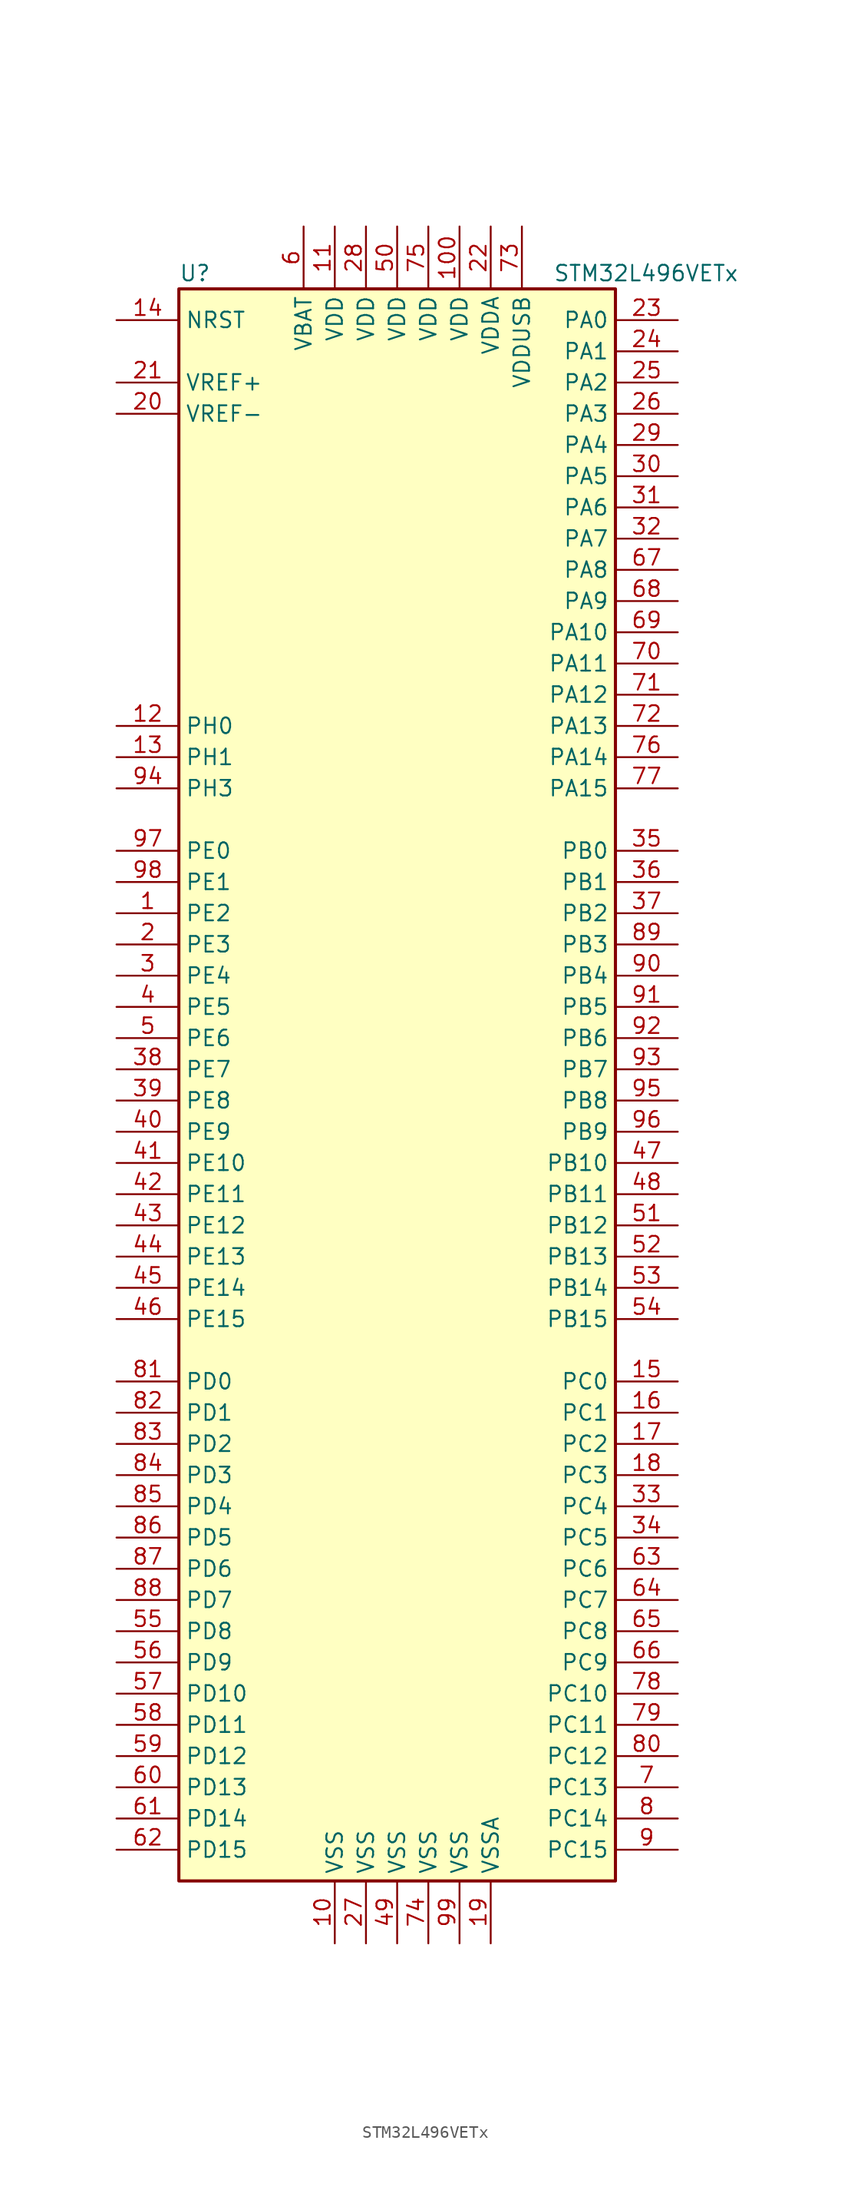
<source format=kicad_sym>
(kicad_symbol_lib
  (version 20220914)
  (generator kicad_symbol_editor)
  (symbol "STM32L496VETx"
    (property "Reference" "U"
      (at -17.78 64.77 0)
      (effects (font (size 1.27 1.27)) (justify left)))
    (property "Value" "STM32L496VETx"
      (at 12.7 64.77 0)
      (effects (font (size 1.27 1.27)) (justify left)))
    (symbol "STM32L496VETx_0_1"
      (rectangle (start -17.78 -66.04) (end 17.78 63.5) (stroke (width 0.254) (type default)) (fill (type background))))
    (symbol "STM32L496VETx_1_1"
      (pin bidirectional line (at -22.86 12.7 0) (length 5.08) (name "PE2" (effects (font (size 1.27 1.27)))) (number "1" (effects (font (size 1.27 1.27)))))
      (pin power_in line (at -5.08 -71.12 90) (length 5.08) (name "VSS" (effects (font (size 1.27 1.27)))) (number "10" (effects (font (size 1.27 1.27)))))
      (pin power_in line (at 5.08 68.58 270) (length 5.08) (name "VDD" (effects (font (size 1.27 1.27)))) (number "100" (effects (font (size 1.27 1.27)))))
      (pin power_in line (at -5.08 68.58 270) (length 5.08) (name "VDD" (effects (font (size 1.27 1.27)))) (number "11" (effects (font (size 1.27 1.27)))))
      (pin input line (at -22.86 27.94 0) (length 5.08) (name "PH0" (effects (font (size 1.27 1.27)))) (number "12" (effects (font (size 1.27 1.27)))))
      (pin input line (at -22.86 25.4 0) (length 5.08) (name "PH1" (effects (font (size 1.27 1.27)))) (number "13" (effects (font (size 1.27 1.27)))))
      (pin input line (at -22.86 60.96 0) (length 5.08) (name "NRST" (effects (font (size 1.27 1.27)))) (number "14" (effects (font (size 1.27 1.27)))))
      (pin bidirectional line (at 22.86 -25.4 180) (length 5.08) (name "PC0" (effects (font (size 1.27 1.27)))) (number "15" (effects (font (size 1.27 1.27)))))
      (pin bidirectional line (at 22.86 -27.94 180) (length 5.08) (name "PC1" (effects (font (size 1.27 1.27)))) (number "16" (effects (font (size 1.27 1.27)))))
      (pin bidirectional line (at 22.86 -30.48 180) (length 5.08) (name "PC2" (effects (font (size 1.27 1.27)))) (number "17" (effects (font (size 1.27 1.27)))))
      (pin bidirectional line (at 22.86 -33.02 180) (length 5.08) (name "PC3" (effects (font (size 1.27 1.27)))) (number "18" (effects (font (size 1.27 1.27)))))
      (pin power_in line (at 7.62 -71.12 90) (length 5.08) (name "VSSA" (effects (font (size 1.27 1.27)))) (number "19" (effects (font (size 1.27 1.27)))))
      (pin bidirectional line (at -22.86 10.16 0) (length 5.08) (name "PE3" (effects (font (size 1.27 1.27)))) (number "2" (effects (font (size 1.27 1.27)))))
      (pin power_in line (at -22.86 53.34 0) (length 5.08) (name "VREF-" (effects (font (size 1.27 1.27)))) (number "20" (effects (font (size 1.27 1.27)))))
      (pin bidirectional line (at -22.86 55.88 0) (length 5.08) (name "VREF+" (effects (font (size 1.27 1.27)))) (number "21" (effects (font (size 1.27 1.27)))))
      (pin power_in line (at 7.62 68.58 270) (length 5.08) (name "VDDA" (effects (font (size 1.27 1.27)))) (number "22" (effects (font (size 1.27 1.27)))))
      (pin bidirectional line (at 22.86 60.96 180) (length 5.08) (name "PA0" (effects (font (size 1.27 1.27)))) (number "23" (effects (font (size 1.27 1.27)))))
      (pin bidirectional line (at 22.86 58.42 180) (length 5.08) (name "PA1" (effects (font (size 1.27 1.27)))) (number "24" (effects (font (size 1.27 1.27)))))
      (pin bidirectional line (at 22.86 55.88 180) (length 5.08) (name "PA2" (effects (font (size 1.27 1.27)))) (number "25" (effects (font (size 1.27 1.27)))))
      (pin bidirectional line (at 22.86 53.34 180) (length 5.08) (name "PA3" (effects (font (size 1.27 1.27)))) (number "26" (effects (font (size 1.27 1.27)))))
      (pin power_in line (at -2.54 -71.12 90) (length 5.08) (name "VSS" (effects (font (size 1.27 1.27)))) (number "27" (effects (font (size 1.27 1.27)))))
      (pin power_in line (at -2.54 68.58 270) (length 5.08) (name "VDD" (effects (font (size 1.27 1.27)))) (number "28" (effects (font (size 1.27 1.27)))))
      (pin bidirectional line (at 22.86 50.8 180) (length 5.08) (name "PA4" (effects (font (size 1.27 1.27)))) (number "29" (effects (font (size 1.27 1.27)))))
      (pin bidirectional line (at -22.86 7.62 0) (length 5.08) (name "PE4" (effects (font (size 1.27 1.27)))) (number "3" (effects (font (size 1.27 1.27)))))
      (pin bidirectional line (at 22.86 48.26 180) (length 5.08) (name "PA5" (effects (font (size 1.27 1.27)))) (number "30" (effects (font (size 1.27 1.27)))))
      (pin bidirectional line (at 22.86 45.72 180) (length 5.08) (name "PA6" (effects (font (size 1.27 1.27)))) (number "31" (effects (font (size 1.27 1.27)))))
      (pin bidirectional line (at 22.86 43.18 180) (length 5.08) (name "PA7" (effects (font (size 1.27 1.27)))) (number "32" (effects (font (size 1.27 1.27)))))
      (pin bidirectional line (at 22.86 -35.56 180) (length 5.08) (name "PC4" (effects (font (size 1.27 1.27)))) (number "33" (effects (font (size 1.27 1.27)))))
      (pin bidirectional line (at 22.86 -38.1 180) (length 5.08) (name "PC5" (effects (font (size 1.27 1.27)))) (number "34" (effects (font (size 1.27 1.27)))))
      (pin bidirectional line (at 22.86 17.78 180) (length 5.08) (name "PB0" (effects (font (size 1.27 1.27)))) (number "35" (effects (font (size 1.27 1.27)))))
      (pin bidirectional line (at 22.86 15.24 180) (length 5.08) (name "PB1" (effects (font (size 1.27 1.27)))) (number "36" (effects (font (size 1.27 1.27)))))
      (pin bidirectional line (at 22.86 12.7 180) (length 5.08) (name "PB2" (effects (font (size 1.27 1.27)))) (number "37" (effects (font (size 1.27 1.27)))))
      (pin bidirectional line (at -22.86 0 0) (length 5.08) (name "PE7" (effects (font (size 1.27 1.27)))) (number "38" (effects (font (size 1.27 1.27)))))
      (pin bidirectional line (at -22.86 -2.54 0) (length 5.08) (name "PE8" (effects (font (size 1.27 1.27)))) (number "39" (effects (font (size 1.27 1.27)))))
      (pin bidirectional line (at -22.86 5.08 0) (length 5.08) (name "PE5" (effects (font (size 1.27 1.27)))) (number "4" (effects (font (size 1.27 1.27)))))
      (pin bidirectional line (at -22.86 -5.08 0) (length 5.08) (name "PE9" (effects (font (size 1.27 1.27)))) (number "40" (effects (font (size 1.27 1.27)))))
      (pin bidirectional line (at -22.86 -7.62 0) (length 5.08) (name "PE10" (effects (font (size 1.27 1.27)))) (number "41" (effects (font (size 1.27 1.27)))))
      (pin bidirectional line (at -22.86 -10.16 0) (length 5.08) (name "PE11" (effects (font (size 1.27 1.27)))) (number "42" (effects (font (size 1.27 1.27)))))
      (pin bidirectional line (at -22.86 -12.7 0) (length 5.08) (name "PE12" (effects (font (size 1.27 1.27)))) (number "43" (effects (font (size 1.27 1.27)))))
      (pin bidirectional line (at -22.86 -15.24 0) (length 5.08) (name "PE13" (effects (font (size 1.27 1.27)))) (number "44" (effects (font (size 1.27 1.27)))))
      (pin bidirectional line (at -22.86 -17.78 0) (length 5.08) (name "PE14" (effects (font (size 1.27 1.27)))) (number "45" (effects (font (size 1.27 1.27)))))
      (pin bidirectional line (at -22.86 -20.32 0) (length 5.08) (name "PE15" (effects (font (size 1.27 1.27)))) (number "46" (effects (font (size 1.27 1.27)))))
      (pin bidirectional line (at 22.86 -7.62 180) (length 5.08) (name "PB10" (effects (font (size 1.27 1.27)))) (number "47" (effects (font (size 1.27 1.27)))))
      (pin bidirectional line (at 22.86 -10.16 180) (length 5.08) (name "PB11" (effects (font (size 1.27 1.27)))) (number "48" (effects (font (size 1.27 1.27)))))
      (pin power_in line (at 0 -71.12 90) (length 5.08) (name "VSS" (effects (font (size 1.27 1.27)))) (number "49" (effects (font (size 1.27 1.27)))))
      (pin bidirectional line (at -22.86 2.54 0) (length 5.08) (name "PE6" (effects (font (size 1.27 1.27)))) (number "5" (effects (font (size 1.27 1.27)))))
      (pin power_in line (at 0 68.58 270) (length 5.08) (name "VDD" (effects (font (size 1.27 1.27)))) (number "50" (effects (font (size 1.27 1.27)))))
      (pin bidirectional line (at 22.86 -12.7 180) (length 5.08) (name "PB12" (effects (font (size 1.27 1.27)))) (number "51" (effects (font (size 1.27 1.27)))))
      (pin bidirectional line (at 22.86 -15.24 180) (length 5.08) (name "PB13" (effects (font (size 1.27 1.27)))) (number "52" (effects (font (size 1.27 1.27)))))
      (pin bidirectional line (at 22.86 -17.78 180) (length 5.08) (name "PB14" (effects (font (size 1.27 1.27)))) (number "53" (effects (font (size 1.27 1.27)))))
      (pin bidirectional line (at 22.86 -20.32 180) (length 5.08) (name "PB15" (effects (font (size 1.27 1.27)))) (number "54" (effects (font (size 1.27 1.27)))))
      (pin bidirectional line (at -22.86 -45.72 0) (length 5.08) (name "PD8" (effects (font (size 1.27 1.27)))) (number "55" (effects (font (size 1.27 1.27)))))
      (pin bidirectional line (at -22.86 -48.26 0) (length 5.08) (name "PD9" (effects (font (size 1.27 1.27)))) (number "56" (effects (font (size 1.27 1.27)))))
      (pin bidirectional line (at -22.86 -50.8 0) (length 5.08) (name "PD10" (effects (font (size 1.27 1.27)))) (number "57" (effects (font (size 1.27 1.27)))))
      (pin bidirectional line (at -22.86 -53.34 0) (length 5.08) (name "PD11" (effects (font (size 1.27 1.27)))) (number "58" (effects (font (size 1.27 1.27)))))
      (pin bidirectional line (at -22.86 -55.88 0) (length 5.08) (name "PD12" (effects (font (size 1.27 1.27)))) (number "59" (effects (font (size 1.27 1.27)))))
      (pin power_in line (at -7.62 68.58 270) (length 5.08) (name "VBAT" (effects (font (size 1.27 1.27)))) (number "6" (effects (font (size 1.27 1.27)))))
      (pin bidirectional line (at -22.86 -58.42 0) (length 5.08) (name "PD13" (effects (font (size 1.27 1.27)))) (number "60" (effects (font (size 1.27 1.27)))))
      (pin bidirectional line (at -22.86 -60.96 0) (length 5.08) (name "PD14" (effects (font (size 1.27 1.27)))) (number "61" (effects (font (size 1.27 1.27)))))
      (pin bidirectional line (at -22.86 -63.5 0) (length 5.08) (name "PD15" (effects (font (size 1.27 1.27)))) (number "62" (effects (font (size 1.27 1.27)))))
      (pin bidirectional line (at 22.86 -40.64 180) (length 5.08) (name "PC6" (effects (font (size 1.27 1.27)))) (number "63" (effects (font (size 1.27 1.27)))))
      (pin bidirectional line (at 22.86 -43.18 180) (length 5.08) (name "PC7" (effects (font (size 1.27 1.27)))) (number "64" (effects (font (size 1.27 1.27)))))
      (pin bidirectional line (at 22.86 -45.72 180) (length 5.08) (name "PC8" (effects (font (size 1.27 1.27)))) (number "65" (effects (font (size 1.27 1.27)))))
      (pin bidirectional line (at 22.86 -48.26 180) (length 5.08) (name "PC9" (effects (font (size 1.27 1.27)))) (number "66" (effects (font (size 1.27 1.27)))))
      (pin bidirectional line (at 22.86 40.64 180) (length 5.08) (name "PA8" (effects (font (size 1.27 1.27)))) (number "67" (effects (font (size 1.27 1.27)))))
      (pin bidirectional line (at 22.86 38.1 180) (length 5.08) (name "PA9" (effects (font (size 1.27 1.27)))) (number "68" (effects (font (size 1.27 1.27)))))
      (pin bidirectional line (at 22.86 35.56 180) (length 5.08) (name "PA10" (effects (font (size 1.27 1.27)))) (number "69" (effects (font (size 1.27 1.27)))))
      (pin bidirectional line (at 22.86 -58.42 180) (length 5.08) (name "PC13" (effects (font (size 1.27 1.27)))) (number "7" (effects (font (size 1.27 1.27)))))
      (pin bidirectional line (at 22.86 33.02 180) (length 5.08) (name "PA11" (effects (font (size 1.27 1.27)))) (number "70" (effects (font (size 1.27 1.27)))))
      (pin bidirectional line (at 22.86 30.48 180) (length 5.08) (name "PA12" (effects (font (size 1.27 1.27)))) (number "71" (effects (font (size 1.27 1.27)))))
      (pin bidirectional line (at 22.86 27.94 180) (length 5.08) (name "PA13" (effects (font (size 1.27 1.27)))) (number "72" (effects (font (size 1.27 1.27)))))
      (pin power_in line (at 10.16 68.58 270) (length 5.08) (name "VDDUSB" (effects (font (size 1.27 1.27)))) (number "73" (effects (font (size 1.27 1.27)))))
      (pin power_in line (at 2.54 -71.12 90) (length 5.08) (name "VSS" (effects (font (size 1.27 1.27)))) (number "74" (effects (font (size 1.27 1.27)))))
      (pin power_in line (at 2.54 68.58 270) (length 5.08) (name "VDD" (effects (font (size 1.27 1.27)))) (number "75" (effects (font (size 1.27 1.27)))))
      (pin bidirectional line (at 22.86 25.4 180) (length 5.08) (name "PA14" (effects (font (size 1.27 1.27)))) (number "76" (effects (font (size 1.27 1.27)))))
      (pin bidirectional line (at 22.86 22.86 180) (length 5.08) (name "PA15" (effects (font (size 1.27 1.27)))) (number "77" (effects (font (size 1.27 1.27)))))
      (pin bidirectional line (at 22.86 -50.8 180) (length 5.08) (name "PC10" (effects (font (size 1.27 1.27)))) (number "78" (effects (font (size 1.27 1.27)))))
      (pin bidirectional line (at 22.86 -53.34 180) (length 5.08) (name "PC11" (effects (font (size 1.27 1.27)))) (number "79" (effects (font (size 1.27 1.27)))))
      (pin bidirectional line (at 22.86 -60.96 180) (length 5.08) (name "PC14" (effects (font (size 1.27 1.27)))) (number "8" (effects (font (size 1.27 1.27)))))
      (pin bidirectional line (at 22.86 -55.88 180) (length 5.08) (name "PC12" (effects (font (size 1.27 1.27)))) (number "80" (effects (font (size 1.27 1.27)))))
      (pin bidirectional line (at -22.86 -25.4 0) (length 5.08) (name "PD0" (effects (font (size 1.27 1.27)))) (number "81" (effects (font (size 1.27 1.27)))))
      (pin bidirectional line (at -22.86 -27.94 0) (length 5.08) (name "PD1" (effects (font (size 1.27 1.27)))) (number "82" (effects (font (size 1.27 1.27)))))
      (pin bidirectional line (at -22.86 -30.48 0) (length 5.08) (name "PD2" (effects (font (size 1.27 1.27)))) (number "83" (effects (font (size 1.27 1.27)))))
      (pin bidirectional line (at -22.86 -33.02 0) (length 5.08) (name "PD3" (effects (font (size 1.27 1.27)))) (number "84" (effects (font (size 1.27 1.27)))))
      (pin bidirectional line (at -22.86 -35.56 0) (length 5.08) (name "PD4" (effects (font (size 1.27 1.27)))) (number "85" (effects (font (size 1.27 1.27)))))
      (pin bidirectional line (at -22.86 -38.1 0) (length 5.08) (name "PD5" (effects (font (size 1.27 1.27)))) (number "86" (effects (font (size 1.27 1.27)))))
      (pin bidirectional line (at -22.86 -40.64 0) (length 5.08) (name "PD6" (effects (font (size 1.27 1.27)))) (number "87" (effects (font (size 1.27 1.27)))))
      (pin bidirectional line (at -22.86 -43.18 0) (length 5.08) (name "PD7" (effects (font (size 1.27 1.27)))) (number "88" (effects (font (size 1.27 1.27)))))
      (pin bidirectional line (at 22.86 10.16 180) (length 5.08) (name "PB3" (effects (font (size 1.27 1.27)))) (number "89" (effects (font (size 1.27 1.27)))))
      (pin bidirectional line (at 22.86 -63.5 180) (length 5.08) (name "PC15" (effects (font (size 1.27 1.27)))) (number "9" (effects (font (size 1.27 1.27)))))
      (pin bidirectional line (at 22.86 7.62 180) (length 5.08) (name "PB4" (effects (font (size 1.27 1.27)))) (number "90" (effects (font (size 1.27 1.27)))))
      (pin bidirectional line (at 22.86 5.08 180) (length 5.08) (name "PB5" (effects (font (size 1.27 1.27)))) (number "91" (effects (font (size 1.27 1.27)))))
      (pin bidirectional line (at 22.86 2.54 180) (length 5.08) (name "PB6" (effects (font (size 1.27 1.27)))) (number "92" (effects (font (size 1.27 1.27)))))
      (pin bidirectional line (at 22.86 0 180) (length 5.08) (name "PB7" (effects (font (size 1.27 1.27)))) (number "93" (effects (font (size 1.27 1.27)))))
      (pin bidirectional line (at -22.86 22.86 0) (length 5.08) (name "PH3" (effects (font (size 1.27 1.27)))) (number "94" (effects (font (size 1.27 1.27)))))
      (pin bidirectional line (at 22.86 -2.54 180) (length 5.08) (name "PB8" (effects (font (size 1.27 1.27)))) (number "95" (effects (font (size 1.27 1.27)))))
      (pin bidirectional line (at 22.86 -5.08 180) (length 5.08) (name "PB9" (effects (font (size 1.27 1.27)))) (number "96" (effects (font (size 1.27 1.27)))))
      (pin bidirectional line (at -22.86 17.78 0) (length 5.08) (name "PE0" (effects (font (size 1.27 1.27)))) (number "97" (effects (font (size 1.27 1.27)))))
      (pin bidirectional line (at -22.86 15.24 0) (length 5.08) (name "PE1" (effects (font (size 1.27 1.27)))) (number "98" (effects (font (size 1.27 1.27)))))
      (pin power_in line (at 5.08 -71.12 90) (length 5.08) (name "VSS" (effects (font (size 1.27 1.27)))) (number "99" (effects (font (size 1.27 1.27))))))))
</source>
